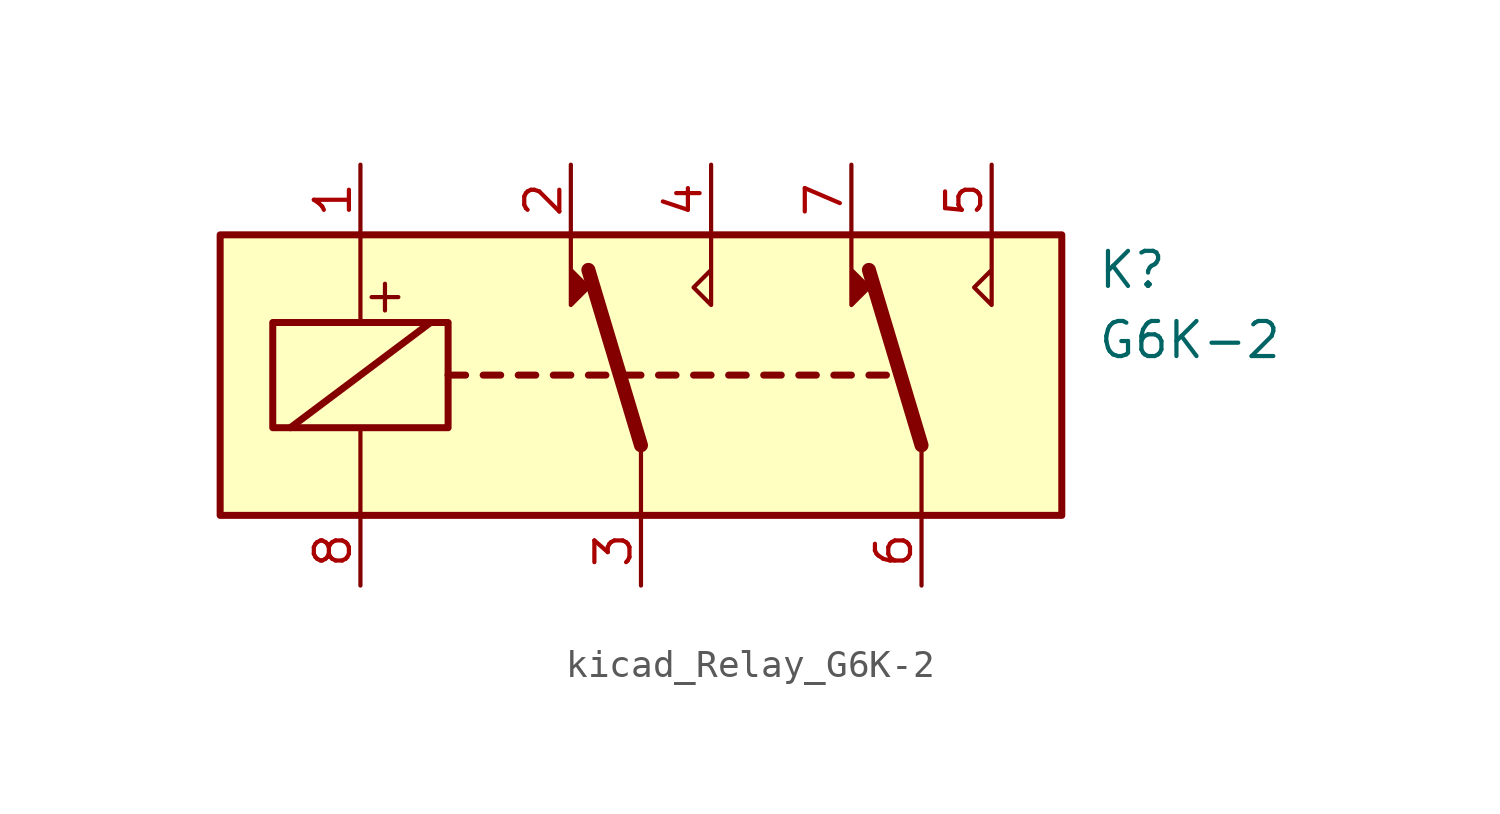
<source format=kicad_sym>
(kicad_symbol_lib
  (version 20220914)
  (generator kicad_symbol_editor)
  (symbol "kicad_Relay_G6K-2"
    (property "Reference" "K"
      (at 16.51 3.81 0)
      (effects (font (size 1.27 1.27)) (justify left)))
    (property "Value" "G6K-2"
      (at 16.51 1.27 0)
      (effects (font (size 1.27 1.27)) (justify left)))
    (symbol "kicad_Relay_G6K-2_0_0"
      (text "+" (at -9.271 2.921 0) (effects (font (size 1.27 1.27)))))
    (symbol "kicad_Relay_G6K-2_0_1"
      (rectangle (start -15.24 5.08) (end 15.24 -5.08) (stroke (width 0.254) (type default)) (fill (type background)))
      (rectangle (start -13.335 1.905) (end -6.985 -1.905) (stroke (width 0.254) (type default)) (fill (type none)))
      (polyline (pts (xy -12.7 -1.905) (xy -7.62 1.905)) (stroke (width 0.254) (type default)) (fill (type none)))
      (polyline (pts (xy -10.16 -5.08) (xy -10.16 -1.905)) (stroke (width 0) (type default)) (fill (type none)))
      (polyline (pts (xy -10.16 5.08) (xy -10.16 1.905)) (stroke (width 0) (type default)) (fill (type none)))
      (polyline (pts (xy -6.985 0) (xy -6.35 0)) (stroke (width 0.254) (type default)) (fill (type none)))
      (polyline (pts (xy -5.715 0) (xy -5.08 0)) (stroke (width 0.254) (type default)) (fill (type none)))
      (polyline (pts (xy -4.445 0) (xy -3.81 0)) (stroke (width 0.254) (type default)) (fill (type none)))
      (polyline (pts (xy -3.175 0) (xy -2.54 0)) (stroke (width 0.254) (type default)) (fill (type none)))
      (polyline (pts (xy -1.905 0) (xy -1.27 0)) (stroke (width 0.254) (type default)) (fill (type none)))
      (polyline (pts (xy -0.635 0) (xy 0 0)) (stroke (width 0.254) (type default)) (fill (type none)))
      (polyline (pts (xy 0 -2.54) (xy -1.905 3.81)) (stroke (width 0.508) (type default)) (fill (type none)))
      (polyline (pts (xy 0 -2.54) (xy 0 -5.08)) (stroke (width 0) (type default)) (fill (type none)))
      (polyline (pts (xy 0.635 0) (xy 1.27 0)) (stroke (width 0.254) (type default)) (fill (type none)))
      (polyline (pts (xy 1.905 0) (xy 2.54 0)) (stroke (width 0.254) (type default)) (fill (type none)))
      (polyline (pts (xy 3.175 0) (xy 3.81 0)) (stroke (width 0.254) (type default)) (fill (type none)))
      (polyline (pts (xy 4.445 0) (xy 5.08 0)) (stroke (width 0.254) (type default)) (fill (type none)))
      (polyline (pts (xy 5.715 0) (xy 6.35 0)) (stroke (width 0.254) (type default)) (fill (type none)))
      (polyline (pts (xy 6.985 0) (xy 7.62 0)) (stroke (width 0.254) (type default)) (fill (type none)))
      (polyline (pts (xy 8.255 0) (xy 8.89 0)) (stroke (width 0.254) (type default)) (fill (type none)))
      (polyline (pts (xy 10.16 -2.54) (xy 8.255 3.81)) (stroke (width 0.508) (type default)) (fill (type none)))
      (polyline (pts (xy 10.16 -2.54) (xy 10.16 -5.08)) (stroke (width 0) (type default)) (fill (type none)))
      (polyline (pts (xy -2.54 5.08) (xy -2.54 2.54) (xy -1.905 3.175) (xy -2.54 3.81)) (stroke (width 0) (type default)) (fill (type outline)))
      (polyline (pts (xy 2.54 5.08) (xy 2.54 2.54) (xy 1.905 3.175) (xy 2.54 3.81)) (stroke (width 0) (type default)) (fill (type none)))
      (polyline (pts (xy 7.62 5.08) (xy 7.62 2.54) (xy 8.255 3.175) (xy 7.62 3.81)) (stroke (width 0) (type default)) (fill (type outline)))
      (polyline (pts (xy 12.7 5.08) (xy 12.7 2.54) (xy 12.065 3.175) (xy 12.7 3.81)) (stroke (width 0) (type default)) (fill (type none))))
    (symbol "kicad_Relay_G6K-2_1_1"
      (pin passive line (at -10.16 7.62 270) (length 2.54) (name "~" (effects (font (size 1.27 1.27)))) (number "1" (effects (font (size 1.27 1.27)))))
      (pin passive line (at -2.54 7.62 270) (length 2.54) (name "~" (effects (font (size 1.27 1.27)))) (number "2" (effects (font (size 1.27 1.27)))))
      (pin passive line (at 0 -7.62 90) (length 2.54) (name "~" (effects (font (size 1.27 1.27)))) (number "3" (effects (font (size 1.27 1.27)))))
      (pin passive line (at 2.54 7.62 270) (length 2.54) (name "~" (effects (font (size 1.27 1.27)))) (number "4" (effects (font (size 1.27 1.27)))))
      (pin passive line (at 12.7 7.62 270) (length 2.54) (name "~" (effects (font (size 1.27 1.27)))) (number "5" (effects (font (size 1.27 1.27)))))
      (pin passive line (at 10.16 -7.62 90) (length 2.54) (name "~" (effects (font (size 1.27 1.27)))) (number "6" (effects (font (size 1.27 1.27)))))
      (pin passive line (at 7.62 7.62 270) (length 2.54) (name "~" (effects (font (size 1.27 1.27)))) (number "7" (effects (font (size 1.27 1.27)))))
      (pin passive line (at -10.16 -7.62 90) (length 2.54) (name "~" (effects (font (size 1.27 1.27)))) (number "8" (effects (font (size 1.27 1.27))))))))
</source>
